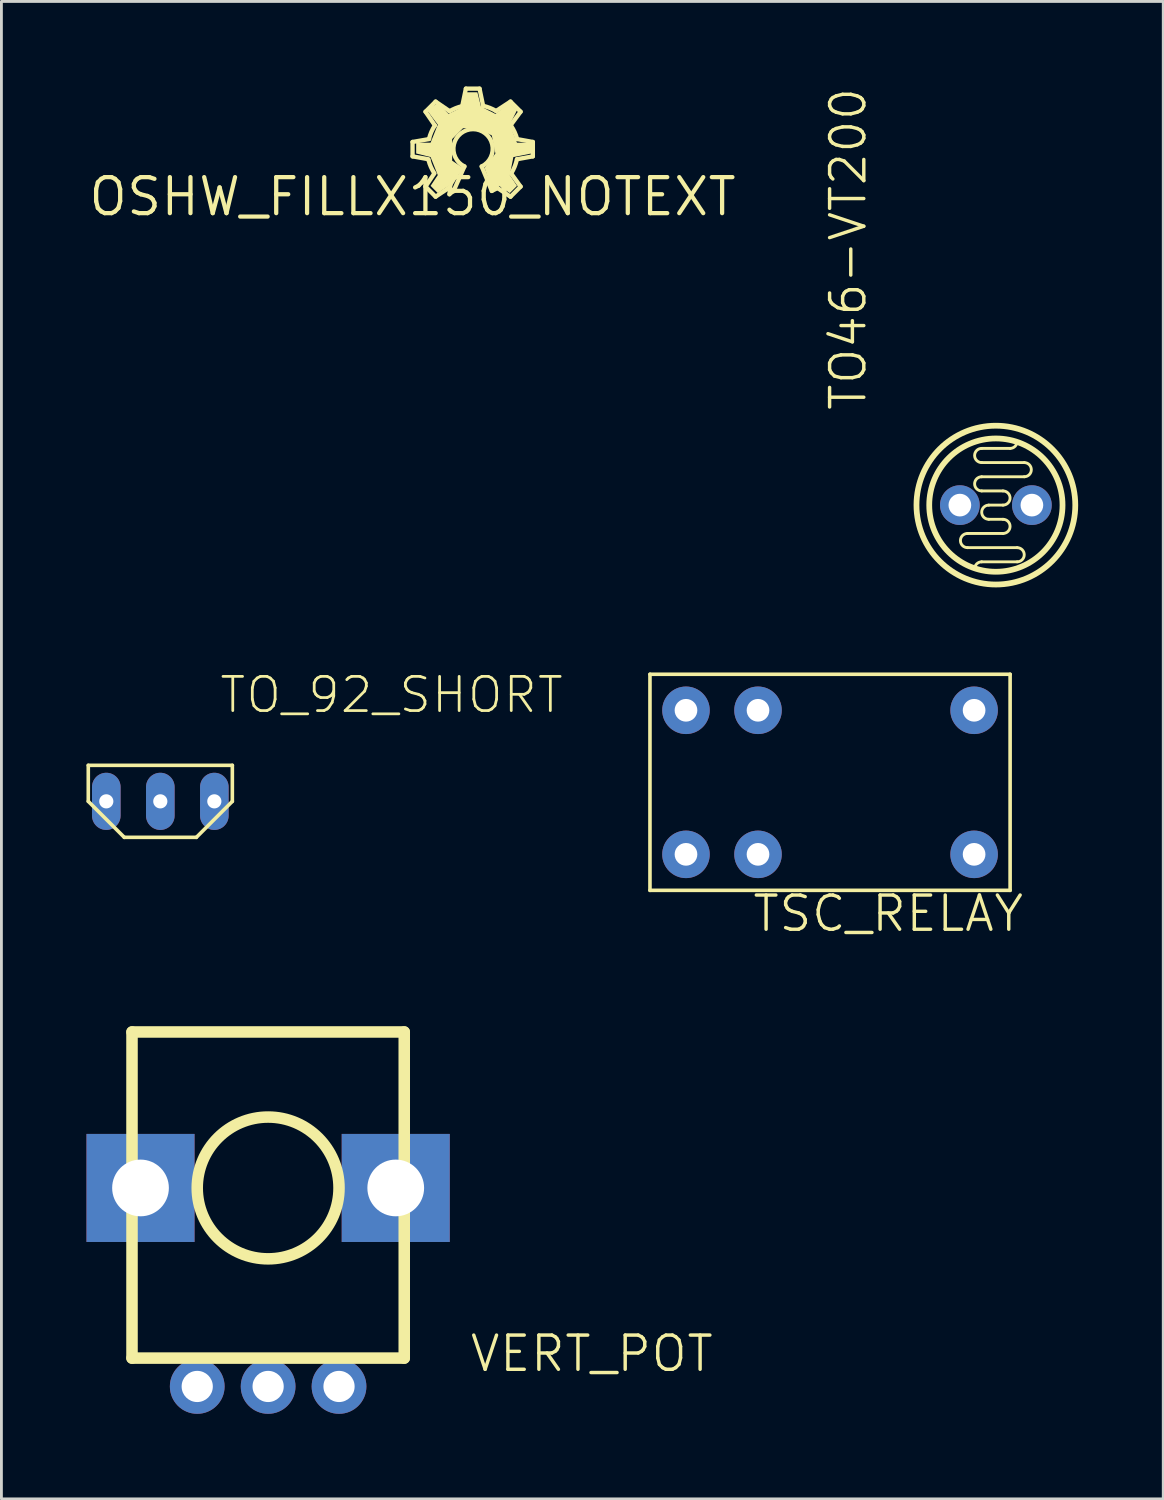
<source format=kicad_pcb>
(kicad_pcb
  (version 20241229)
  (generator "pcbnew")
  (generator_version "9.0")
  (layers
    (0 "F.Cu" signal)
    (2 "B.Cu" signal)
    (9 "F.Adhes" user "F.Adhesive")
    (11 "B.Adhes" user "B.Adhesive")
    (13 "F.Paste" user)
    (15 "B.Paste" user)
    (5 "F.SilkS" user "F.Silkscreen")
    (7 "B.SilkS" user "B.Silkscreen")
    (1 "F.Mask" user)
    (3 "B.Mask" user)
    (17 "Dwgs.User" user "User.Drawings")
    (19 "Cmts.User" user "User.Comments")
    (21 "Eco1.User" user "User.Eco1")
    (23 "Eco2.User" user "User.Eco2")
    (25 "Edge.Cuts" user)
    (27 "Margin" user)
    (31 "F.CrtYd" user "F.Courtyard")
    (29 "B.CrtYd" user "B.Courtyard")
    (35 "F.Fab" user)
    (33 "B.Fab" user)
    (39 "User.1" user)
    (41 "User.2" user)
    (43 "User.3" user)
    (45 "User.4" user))
  (footprint "OSHW_FILLX150_NOTEXT"
    (layer "F.Cu")
    (at 11.498 3.886)
    (property "Reference" "OSHW_FILLX150_NOTEXT" (at 0 0 0) (layer "F.SilkS") (effects (font (size 1.27 1.27) (thickness 0.15))))
    (attr through_hole)
    (fp_line (start 0 -1.93) (end 0.584 -2.032) (stroke (width 0.152) (type solid)) (layer "F.SilkS"))
    (fp_line (start 0 -1.422) (end 0 -1.93) (stroke (width 0.152) (type solid)) (layer "F.SilkS"))
    (fp_line (start 0.457 -2.997) (end 0.813 -3.353) (stroke (width 0.152) (type solid)) (layer "F.SilkS"))
    (fp_line (start 0.457 -0.356) (end 0.762 -0.813) (stroke (width 0.152) (type solid)) (layer "F.SilkS"))
    (fp_line (start 0.559 -1.321) (end 0 -1.422) (stroke (width 0.152) (type solid)) (layer "F.SilkS"))
    (fp_line (start 0.787 -2.515) (end 0.457 -2.997) (stroke (width 0.152) (type solid)) (layer "F.SilkS"))
    (fp_line (start 0.813 -3.353) (end 1.295 -3.023) (stroke (width 0.152) (type solid)) (layer "F.SilkS"))
    (fp_line (start 0.813 0) (end 0.457 -0.356) (stroke (width 0.152) (type solid)) (layer "F.SilkS"))
    (fp_line (start 1.27 -0.305) (end 0.813 0) (stroke (width 0.152) (type solid)) (layer "F.SilkS"))
    (fp_line (start 1.448 -0.203) (end 1.27 -0.305) (stroke (width 0.152) (type solid)) (layer "F.SilkS"))
    (fp_line (start 1.753 -3.2) (end 1.88 -3.81) (stroke (width 0.152) (type solid)) (layer "F.SilkS"))
    (fp_line (start 1.829 -1.067) (end 1.448 -0.203) (stroke (width 0.152) (type solid)) (layer "F.SilkS"))
    (fp_line (start 1.88 -3.81) (end 2.362 -3.81) (stroke (width 0.152) (type solid)) (layer "F.SilkS"))
    (fp_line (start 2.362 -3.81) (end 2.489 -3.2) (stroke (width 0.152) (type solid)) (layer "F.SilkS"))
    (fp_line (start 2.794 -0.203) (end 2.438 -1.067) (stroke (width 0.152) (type solid)) (layer "F.SilkS"))
    (fp_line (start 2.946 -3.023) (end 3.454 -3.353) (stroke (width 0.152) (type solid)) (layer "F.SilkS"))
    (fp_line (start 2.997 -0.305) (end 2.794 -0.203) (stroke (width 0.152) (type solid)) (layer "F.SilkS"))
    (fp_line (start 3.454 -3.353) (end 3.81 -2.997) (stroke (width 0.152) (type solid)) (layer "F.SilkS"))
    (fp_line (start 3.454 0) (end 2.997 -0.305) (stroke (width 0.152) (type solid)) (layer "F.SilkS"))
    (fp_line (start 3.48 -0.813) (end 3.81 -0.356) (stroke (width 0.152) (type solid)) (layer "F.SilkS"))
    (fp_line (start 3.683 -2.032) (end 4.242 -1.93) (stroke (width 0.152) (type solid)) (layer "F.SilkS"))
    (fp_line (start 3.81 -2.997) (end 3.454 -2.515) (stroke (width 0.152) (type solid)) (layer "F.SilkS"))
    (fp_line (start 3.81 -0.356) (end 3.454 0) (stroke (width 0.152) (type solid)) (layer "F.SilkS"))
    (fp_line (start 4.242 -1.93) (end 4.242 -1.422) (stroke (width 0.152) (type solid)) (layer "F.SilkS"))
    (fp_line (start 4.242 -1.422) (end 3.683 -1.321) (stroke (width 0.152) (type solid)) (layer "F.SilkS"))
    (fp_arc (start 0.5796 -2.0376) (mid 0.663223 -2.284304) (end 0.7859 -2.5141) (stroke (width 0.1524) (type solid)) (layer "F.SilkS"))
    (fp_arc (start 0.7681 -0.825) (mid 0.648453 -1.044452) (end 0.5654 -1.2802) (stroke (width 0.1524) (type solid)) (layer "F.SilkS"))
    (fp_arc (start 1.3015 -3.0119) (mid 1.518605 -3.119756) (end 1.7496 -3.1933) (stroke (width 0.1524) (type solid)) (layer "F.SilkS"))
    (fp_arc (start 1.8288 -1.0668) (mid 2.1336 -2.382036) (end 2.4384 -1.0668) (stroke (width 0.1524) (type solid)) (layer "F.SilkS"))
    (fp_arc (start 2.4892 -3.204) (mid 2.723854 -3.131001) (end 2.9444 -3.0226) (stroke (width 0.1524) (type solid)) (layer "F.SilkS"))
    (fp_arc (start 3.4671 -2.5105) (mid 3.597953 -2.281784) (end 3.6876 -2.034) (stroke (width 0.1524) (type solid)) (layer "F.SilkS"))
    (fp_arc (start 3.6805 -1.3228) (mid 3.600923 -1.061609) (end 3.4778 -0.8179) (stroke (width 0.1524) (type solid)) (layer "F.SilkS"))
    (fp_poly (pts (xy 1.397 -0.381) (xy 1.27 -0.381) (xy 0.889 -0.127) (xy 0.635 -0.381) (xy 0.889 -0.762) (xy 0.635 -1.397) (xy 0.127 -1.524) (xy 0.127 -1.905) (xy 0.635 -1.905) (xy 0.889 -2.54) (xy 0.508 -3.048) (xy 0.889 -3.302) (xy 1.27 -2.921) (xy 1.778 -3.175) (xy 1.905 -3.683) (xy 2.286 -3.683) (xy 2.413 -3.175) (xy 2.921 -2.921) (xy 3.429 -3.302) (xy 3.683 -3.048) (xy 3.429 -2.54) (xy 3.683 -1.905) (xy 4.191 -1.905) (xy 4.191 -1.524) (xy 3.556 -1.397) (xy 3.429 -0.762) (xy 3.683 -0.381) (xy 3.429 -0.127) (xy 3.048 -0.381) (xy 2.794 -0.254) (xy 2.54 -1.016) (xy 2.921 -1.524) (xy 2.794 -2.159) (xy 2.286 -2.413) (xy 1.778 -2.413) (xy 1.397 -2.032) (xy 1.397 -1.27) (xy 1.778 -1.016)) (stroke (width 0) (type solid)) (fill yes) (layer "F.SilkS")))
  (footprint "TO46-VT200"
    (layer "F.Cu")
    (at 32.068 14.762)
    (property "Reference" "TO46-VT200" (at -4.504 -3.266 90) (layer "F.SilkS") (effects (font (size 1.206 1.206) (thickness 0.121)) (justify left bottom)))
    (attr through_hole)
    (fp_line (start -1 1.5) (end 0.75 1.5) (stroke (width 0.102) (type solid)) (layer "F.SilkS"))
    (fp_line (start -0.5 -2) (end 0.5 -2) (stroke (width 0.102) (type solid)) (layer "F.SilkS"))
    (fp_line (start -0.5 -1.5) (end 1 -1.5) (stroke (width 0.102) (type solid)) (layer "F.SilkS"))
    (fp_line (start -0.5 -0.5) (end 0.25 -0.5) (stroke (width 0.102) (type solid)) (layer "F.SilkS"))
    (fp_line (start -0.25 0.5) (end 0.25 0.5) (stroke (width 0.102) (type solid)) (layer "F.SilkS"))
    (fp_line (start 0.25 0) (end -0.25 0) (stroke (width 0.102) (type solid)) (layer "F.SilkS"))
    (fp_line (start 0.25 1) (end -1 1) (stroke (width 0.102) (type solid)) (layer "F.SilkS"))
    (fp_line (start 0.75 2) (end -0.5 2) (stroke (width 0.102) (type solid)) (layer "F.SilkS"))
    (fp_line (start 1 -1) (end -0.5 -1) (stroke (width 0.102) (type solid)) (layer "F.SilkS"))
    (fp_arc (start -1 1.5) (mid -1.25 1.25) (end -1 1) (stroke (width 0.1016) (type solid)) (layer "F.SilkS"))
    (fp_arc (start -0.75 2.25) (mid -0.676777 2.073223) (end -0.5 2) (stroke (width 0.1016) (type solid)) (layer "F.SilkS"))
    (fp_arc (start -0.5 -1.5) (mid -0.75 -1.75) (end -0.5 -2) (stroke (width 0.1016) (type solid)) (layer "F.SilkS"))
    (fp_arc (start -0.5 -0.5) (mid -0.75 -0.75) (end -0.5 -1) (stroke (width 0.1016) (type solid)) (layer "F.SilkS"))
    (fp_arc (start -0.249998 0.5) (mid -0.499999 0.250001) (end -0.25 0) (stroke (width 0.1016) (type solid)) (layer "F.SilkS"))
    (fp_arc (start 0.25 -0.5) (mid 0.499999 -0.249999) (end 0.249998 0) (stroke (width 0.1016) (type solid)) (layer "F.SilkS"))
    (fp_arc (start 0.25 0.5) (mid 0.499999 0.750001) (end 0.249998 1) (stroke (width 0.1016) (type solid)) (layer "F.SilkS"))
    (fp_arc (start 0.75 -2.25) (mid 0.676777 -2.073223) (end 0.5 -2) (stroke (width 0.1016) (type solid)) (layer "F.SilkS"))
    (fp_arc (start 0.75 1.5) (mid 1 1.75) (end 0.75 2) (stroke (width 0.1016) (type solid)) (layer "F.SilkS"))
    (fp_arc (start 1 -1.5) (mid 1.25 -1.25) (end 1 -1) (stroke (width 0.1016) (type solid)) (layer "F.SilkS"))
    (fp_circle (center 0 0) (end 2.35 0) (stroke (width 0.203) (type solid)) (fill no) (layer "F.SilkS"))
    (fp_circle (center 0 0) (end 2.8 0) (stroke (width 0.203) (type solid)) (fill no) (layer "F.SilkS"))
    (pad "1" thru_hole circle (at -1.27 0) (size 1.4 1.4) (drill 0.8) (layers "*.Cu" "*.Mask"))
    (pad "2" thru_hole circle (at 1.27 0) (size 1.4 1.4) (drill 0.8) (layers "*.Cu" "*.Mask")))
  (footprint "TSC_RELAY"
    (layer "F.Cu")
    (at 26.22 24.537)
    (property "Reference" "TSC_RELAY" (at -2.794 5.334 180) (layer "F.SilkS") (effects (font (size 1.206 1.206) (thickness 0.121)) (justify left bottom)))
    (attr through_hole)
    (fp_line (start -6.35 -3.81) (end 6.35 -3.81) (stroke (width 0.127) (type solid)) (layer "F.SilkS"))
    (fp_line (start -6.35 3.81) (end -6.35 -3.81) (stroke (width 0.127) (type solid)) (layer "F.SilkS"))
    (fp_line (start 6.35 -3.81) (end 6.35 3.81) (stroke (width 0.127) (type solid)) (layer "F.SilkS"))
    (fp_line (start 6.35 3.81) (end -6.35 3.81) (stroke (width 0.127) (type solid)) (layer "F.SilkS"))
    (pad "1" thru_hole circle (at -5.08 -2.54) (size 1.676 1.676) (drill 0.8) (layers "*.Cu" "*.Mask"))
    (pad "2" thru_hole circle (at -2.54 -2.54) (size 1.676 1.676) (drill 0.8) (layers "*.Cu" "*.Mask"))
    (pad "3" thru_hole circle (at 5.08 -2.54) (size 1.676 1.676) (drill 0.8) (layers "*.Cu" "*.Mask"))
    (pad "4" thru_hole circle (at 5.08 2.54) (size 1.676 1.676) (drill 0.8) (layers "*.Cu" "*.Mask"))
    (pad "5" thru_hole circle (at -2.54 2.54) (size 1.676 1.676) (drill 0.8) (layers "*.Cu" "*.Mask"))
    (pad "6" thru_hole circle (at -5.08 2.54) (size 1.676 1.676) (drill 0.8) (layers "*.Cu" "*.Mask")))
  (footprint "TO_92_SHORT"
    (layer "F.Cu")
    (at 2.603 25.208)
    (property "Reference" "TO_92_SHORT" (at 2.032 -3.048 0) (layer "F.SilkS") (effects (font (size 1.206 1.206) (thickness 0.097)) (justify left bottom)))
    (attr through_hole)
    (fp_line (start -2.54 -1.27) (end 2.54 -1.27) (stroke (width 0.127) (type solid)) (layer "F.SilkS"))
    (fp_line (start -2.54 0) (end -2.54 -1.27) (stroke (width 0.127) (type solid)) (layer "F.SilkS"))
    (fp_line (start -1.27 1.27) (end -2.54 0) (stroke (width 0.127) (type solid)) (layer "F.SilkS"))
    (fp_line (start 1.27 1.27) (end -1.27 1.27) (stroke (width 0.127) (type solid)) (layer "F.SilkS"))
    (fp_line (start 2.54 -1.27) (end 2.54 0) (stroke (width 0.127) (type solid)) (layer "F.SilkS"))
    (fp_line (start 2.54 0) (end 1.27 1.27) (stroke (width 0.127) (type solid)) (layer "F.SilkS"))
    (pad "OUT" thru_hole oval (at 1.905 0 90) (size 2.016 1.008) (drill 0.5) (layers "*.Cu" "*.Mask"))
    (pad "V+" thru_hole oval (at -1.905 0 90) (size 2.016 1.008) (drill 0.5) (layers "*.Cu" "*.Mask"))
    (pad "V-" thru_hole oval (at 0 0 90) (size 2.016 1.008) (drill 0.5) (layers "*.Cu" "*.Mask")))
  (footprint "VERT_POT"
    (layer "F.Cu")
    (at 6.405 45.841)
    (property "Reference" "VERT_POT" (at 7.056 -0.452 180) (layer "F.SilkS") (effects (font (size 1.206 1.206) (thickness 0.121)) (justify left bottom)))
    (attr through_hole)
    (fp_line (start -4.8 -12.5) (end 4.8 -12.5) (stroke (width 0.406) (type solid)) (layer "F.SilkS"))
    (fp_line (start -4.8 -1) (end -4.8 -12.5) (stroke (width 0.406) (type solid)) (layer "F.SilkS"))
    (fp_line (start 4.8 -12.5) (end 4.8 -1) (stroke (width 0.406) (type solid)) (layer "F.SilkS"))
    (fp_line (start 4.8 -1) (end -4.8 -1) (stroke (width 0.406) (type solid)) (layer "F.SilkS"))
    (fp_circle (center 0 -7) (end 2.5 -7) (stroke (width 0.406) (type solid)) (fill no) (layer "F.SilkS"))
    (pad "1" thru_hole circle (at -2.5 0) (size 1.93 1.93) (drill 1.1) (layers "*.Cu" "*.Mask"))
    (pad "2" thru_hole circle (at 0 0) (size 1.93 1.93) (drill 1.1) (layers "*.Cu" "*.Mask"))
    (pad "3" thru_hole circle (at 2.5 0) (size 1.93 1.93) (drill 1.1) (layers "*.Cu" "*.Mask"))
    (pad "P$4" thru_hole rect (at -4.5 -7) (size 3.81 3.81) (drill 2) (layers "*.Cu" "*.Mask"))
    (pad "P$5" thru_hole rect (at 4.5 -7) (size 3.81 3.81) (drill 2) (layers "*.Cu" "*.Mask")))
  (gr_rect
    (start -3 -3)
    (end 37.97 49.806)
    (stroke (width 0.1) (type default))
    (fill no)
    (layer "Edge.Cuts")))
</source>
